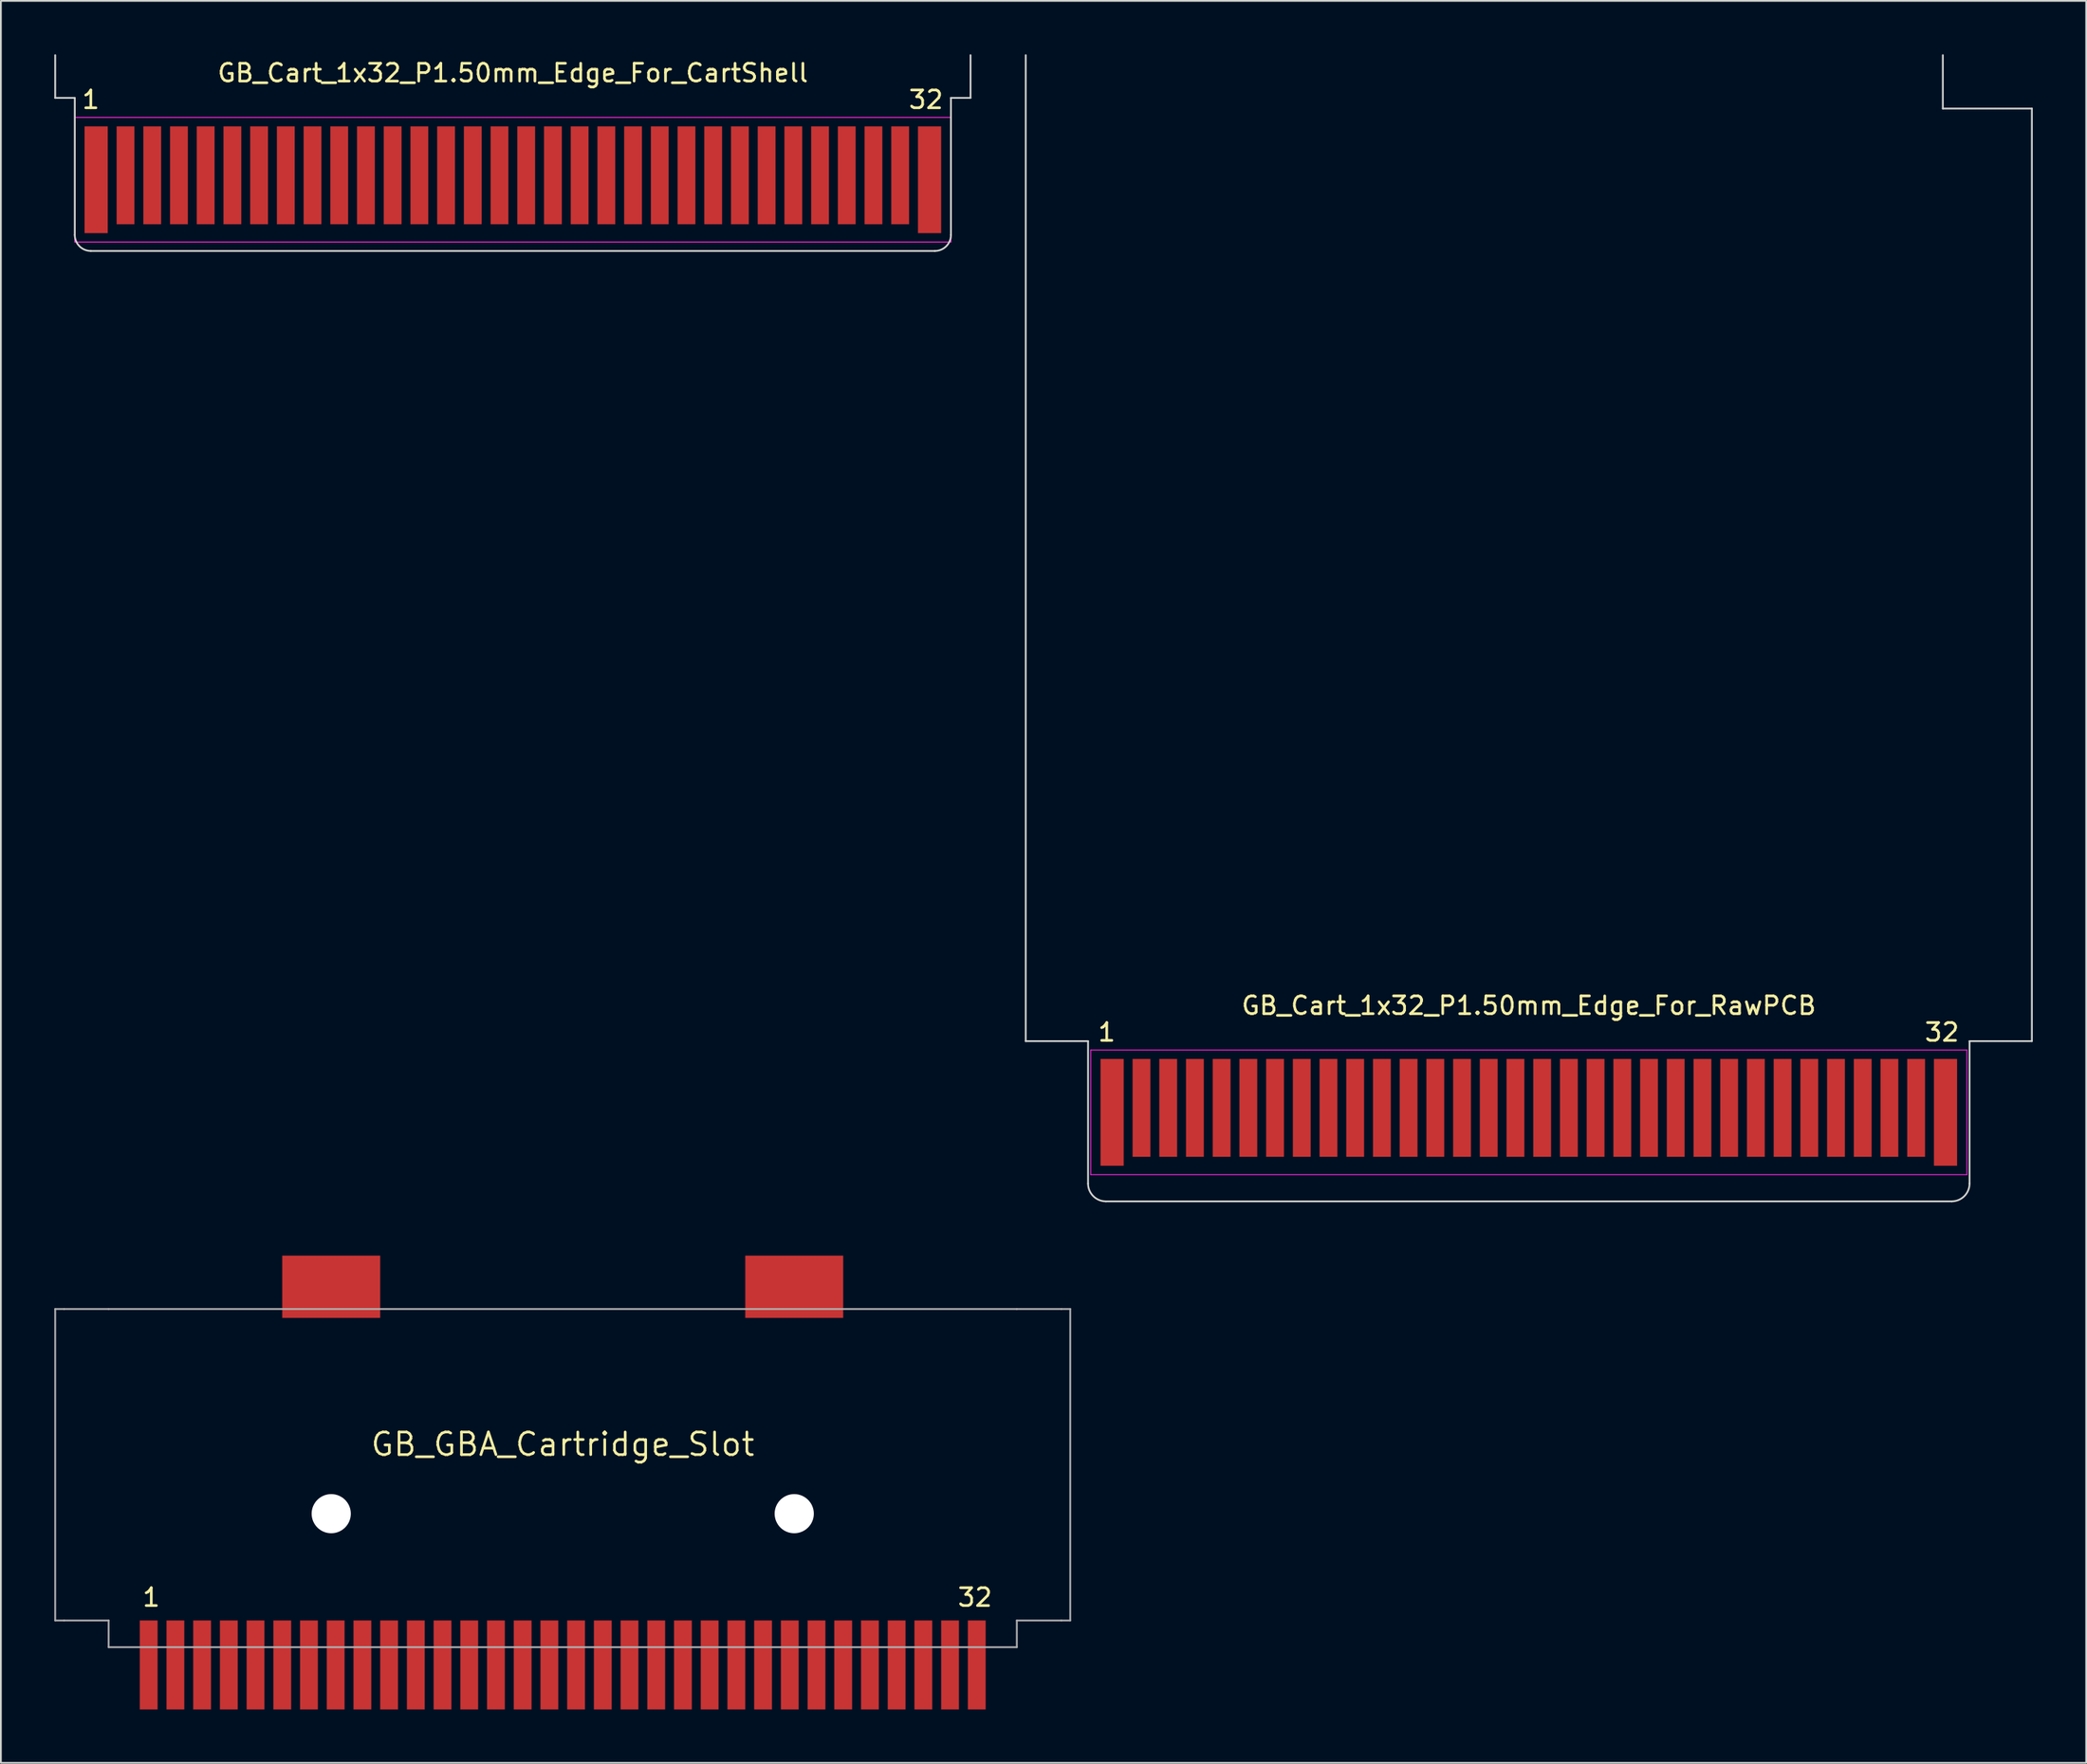
<source format=kicad_pcb>
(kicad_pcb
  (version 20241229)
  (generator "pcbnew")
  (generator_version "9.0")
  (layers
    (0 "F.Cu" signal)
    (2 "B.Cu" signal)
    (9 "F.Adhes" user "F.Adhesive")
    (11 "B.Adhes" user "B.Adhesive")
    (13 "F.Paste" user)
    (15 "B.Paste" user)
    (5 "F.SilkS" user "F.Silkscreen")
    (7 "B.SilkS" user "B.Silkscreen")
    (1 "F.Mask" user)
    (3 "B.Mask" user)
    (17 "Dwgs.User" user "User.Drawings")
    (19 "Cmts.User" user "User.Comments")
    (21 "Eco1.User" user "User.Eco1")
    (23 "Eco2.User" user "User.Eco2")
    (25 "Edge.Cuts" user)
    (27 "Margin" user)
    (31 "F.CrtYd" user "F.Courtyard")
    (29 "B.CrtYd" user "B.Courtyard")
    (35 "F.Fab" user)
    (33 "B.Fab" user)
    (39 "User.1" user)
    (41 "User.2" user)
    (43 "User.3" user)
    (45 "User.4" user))
  (footprint "GB_Cart_1x32_P1.50mm_Edge_For_RawPCB"
    (layer "F.Cu")
    (at 82.8 59.45)
    (property "Reference" "GB_Cart_1x32_P1.50mm_Edge_For_RawPCB" (at 0 -6 0) (layer "F.SilkS") (effects (font (size 1 1) (thickness 0.15))))
    (attr through_hole)
    (fp_line (start -28.25 -4) (end -28.25 -59.4) (stroke (width 0.1) (type solid)) (layer "Edge.Cuts"))
    (fp_line (start -24.75 -4) (end -28.25 -4) (stroke (width 0.1) (type solid)) (layer "Edge.Cuts"))
    (fp_line (start -24.75 4) (end -24.75 -4) (stroke (width 0.1) (type solid)) (layer "Edge.Cuts"))
    (fp_line (start -23.75 5) (end 23.75 5) (stroke (width 0.1) (type solid)) (layer "Edge.Cuts"))
    (fp_line (start 23.25 -56.4) (end 23.25 -59.4) (stroke (width 0.1) (type solid)) (layer "Edge.Cuts"))
    (fp_line (start 23.25 -56.4) (end 28.25 -56.4) (stroke (width 0.1) (type solid)) (layer "Edge.Cuts"))
    (fp_line (start 24.75 -4) (end 28.25 -4) (stroke (width 0.1) (type solid)) (layer "Edge.Cuts"))
    (fp_line (start 24.75 4) (end 24.75 -4) (stroke (width 0.1) (type solid)) (layer "Edge.Cuts"))
    (fp_line (start 28.25 -4) (end 28.25 -56.4) (stroke (width 0.1) (type solid)) (layer "Edge.Cuts"))
    (fp_arc (start -23.75 5) (mid -24.457107 4.707107) (end -24.75 4) (stroke (width 0.1) (type solid)) (layer "Edge.Cuts"))
    (fp_arc (start 24.75 4) (mid 24.457107 4.707107) (end 23.75 5) (stroke (width 0.1) (type solid)) (layer "Edge.Cuts"))
    (fp_line (start -24.6 -3.5) (end 24.6 -3.5) (stroke (width 0.05) (type solid)) (layer "F.CrtYd"))
    (fp_line (start -24.6 3.5) (end -24.6 -3.5) (stroke (width 0.05) (type solid)) (layer "F.CrtYd"))
    (fp_line (start 24.6 -3.5) (end 24.6 3.5) (stroke (width 0.05) (type solid)) (layer "F.CrtYd"))
    (fp_line (start 24.6 3.5) (end -24.6 3.5) (stroke (width 0.05) (type solid)) (layer "F.CrtYd"))
    (fp_text user "32" (at 23.2 -4.5 0) (layer "F.SilkS") (effects (font (size 1 1) (thickness 0.15))))
    (fp_text user "1" (at -23.7 -4.5 0) (layer "F.SilkS") (effects (font (size 1 1) (thickness 0.15))))
    (pad "1" connect rect (at -23.4 0 90) (size 6 1.3) (layers "F.Cu" "F.Mask"))
    (pad "2" connect rect (at -21.75 -0.25 90) (size 5.5 1) (layers "F.Cu" "F.Mask"))
    (pad "3" connect rect (at -20.25 -0.25 90) (size 5.5 1) (layers "F.Cu" "F.Mask"))
    (pad "4" connect rect (at -18.75 -0.25 90) (size 5.5 1) (layers "F.Cu" "F.Mask"))
    (pad "5" connect rect (at -17.25 -0.25 90) (size 5.5 1) (layers "F.Cu" "F.Mask"))
    (pad "6" connect rect (at -15.75 -0.25 90) (size 5.5 1) (layers "F.Cu" "F.Mask"))
    (pad "7" connect rect (at -14.25 -0.25 90) (size 5.5 1) (layers "F.Cu" "F.Mask"))
    (pad "8" connect rect (at -12.75 -0.25 90) (size 5.5 1) (layers "F.Cu" "F.Mask"))
    (pad "9" connect rect (at -11.25 -0.25 90) (size 5.5 1) (layers "F.Cu" "F.Mask"))
    (pad "10" connect rect (at -9.75 -0.25 90) (size 5.5 1) (layers "F.Cu" "F.Mask"))
    (pad "11" connect rect (at -8.25 -0.25 90) (size 5.5 1) (layers "F.Cu" "F.Mask"))
    (pad "12" connect rect (at -6.75 -0.25 90) (size 5.5 1) (layers "F.Cu" "F.Mask"))
    (pad "13" connect rect (at -5.25 -0.25 90) (size 5.5 1) (layers "F.Cu" "F.Mask"))
    (pad "14" connect rect (at -3.75 -0.25 90) (size 5.5 1) (layers "F.Cu" "F.Mask"))
    (pad "15" connect rect (at -2.25 -0.25 90) (size 5.5 1) (layers "F.Cu" "F.Mask"))
    (pad "16" connect rect (at -0.75 -0.25 90) (size 5.5 1) (layers "F.Cu" "F.Mask"))
    (pad "17" connect rect (at 0.75 -0.25 90) (size 5.5 1) (layers "F.Cu" "F.Mask"))
    (pad "18" connect rect (at 2.25 -0.25 90) (size 5.5 1) (layers "F.Cu" "F.Mask"))
    (pad "19" connect rect (at 3.75 -0.25 90) (size 5.5 1) (layers "F.Cu" "F.Mask"))
    (pad "20" connect rect (at 5.25 -0.25 90) (size 5.5 1) (layers "F.Cu" "F.Mask"))
    (pad "21" connect rect (at 6.75 -0.25 90) (size 5.5 1) (layers "F.Cu" "F.Mask"))
    (pad "22" connect rect (at 8.25 -0.25 90) (size 5.5 1) (layers "F.Cu" "F.Mask"))
    (pad "23" connect rect (at 9.75 -0.25 90) (size 5.5 1) (layers "F.Cu" "F.Mask"))
    (pad "24" connect rect (at 11.25 -0.25 90) (size 5.5 1) (layers "F.Cu" "F.Mask"))
    (pad "25" connect rect (at 12.75 -0.25 90) (size 5.5 1) (layers "F.Cu" "F.Mask"))
    (pad "26" connect rect (at 14.25 -0.25 90) (size 5.5 1) (layers "F.Cu" "F.Mask"))
    (pad "27" connect rect (at 15.75 -0.25 90) (size 5.5 1) (layers "F.Cu" "F.Mask"))
    (pad "28" connect rect (at 17.25 -0.25 90) (size 5.5 1) (layers "F.Cu" "F.Mask"))
    (pad "29" connect rect (at 18.75 -0.25 90) (size 5.5 1) (layers "F.Cu" "F.Mask"))
    (pad "30" connect rect (at 20.25 -0.25 90) (size 5.5 1) (layers "F.Cu" "F.Mask"))
    (pad "31" connect rect (at 21.75 -0.25 90) (size 5.5 1) (layers "F.Cu" "F.Mask"))
    (pad "32" connect rect (at 23.4 0 90) (size 6 1.3) (layers "F.Cu" "F.Mask")))
  (footprint "GB_GBA_Cartridge_Slot"
    (layer "F.Cu")
    (at 28.55 80.25)
    (property "Reference" "GB_GBA_Cartridge_Slot" (at 0 -2.15 0) (layer "F.SilkS") (effects (font (size 1.27 1.27) (thickness 0.15))))
    (attr through_hole)
    (fp_line (start -28.5 -9.75) (end -28.5 7.75) (stroke (width 0.1) (type solid)) (layer "F.Fab"))
    (fp_line (start -28.5 7.75) (end -28 7.75) (stroke (width 0.1) (type solid)) (layer "F.Fab"))
    (fp_line (start -28 -9.75) (end -28.5 -9.75) (stroke (width 0.1) (type solid)) (layer "F.Fab"))
    (fp_line (start -28 -9.75) (end -25.5 -9.75) (stroke (width 0.1) (type solid)) (layer "F.Fab"))
    (fp_line (start -25.5 -9.75) (end 25.5 -9.75) (stroke (width 0.1) (type solid)) (layer "F.Fab"))
    (fp_line (start -25.5 7.75) (end -28 7.75) (stroke (width 0.1) (type solid)) (layer "F.Fab"))
    (fp_line (start -25.5 7.75) (end -25.5 9.25) (stroke (width 0.1) (type solid)) (layer "F.Fab"))
    (fp_line (start -25.5 9.25) (end 25.5 9.25) (stroke (width 0.1) (type solid)) (layer "F.Fab"))
    (fp_line (start 25.5 7.75) (end 28 7.75) (stroke (width 0.1) (type solid)) (layer "F.Fab"))
    (fp_line (start 25.5 9.25) (end 25.5 7.75) (stroke (width 0.1) (type solid)) (layer "F.Fab"))
    (fp_line (start 28 -9.75) (end 25.5 -9.75) (stroke (width 0.1) (type solid)) (layer "F.Fab"))
    (fp_line (start 28 -9.75) (end 28.5 -9.75) (stroke (width 0.1) (type solid)) (layer "F.Fab"))
    (fp_line (start 28 7.75) (end 28.5 7.75) (stroke (width 0.1) (type solid)) (layer "F.Fab"))
    (fp_line (start 28.5 -9.75) (end 28.5 7.75) (stroke (width 0.1) (type solid)) (layer "F.Fab"))
    (fp_text user "1" (at -23.68 7.04 0) (layer "F.SilkS") (effects (font (size 1 1) (thickness 0.15)) (justify left bottom)))
    (fp_text user "32" (at 22.1 7.04 0) (layer "F.SilkS") (effects (font (size 1 1) (thickness 0.15)) (justify left bottom)))
    (pad "" np_thru_hole circle (at -13 1.75 90) (size 2.2 2.2) (drill 2.2) (layers "*.Cu" "*.Mask"))
    (pad "" np_thru_hole circle (at 13 1.75 90) (size 2.2 2.2) (drill 2.2) (layers "*.Cu" "*.Mask"))
    (pad "1" smd rect (at -23.25 10.25 270) (size 5 1) (layers "F.Cu" "F.Mask" "F.Paste"))
    (pad "2" smd rect (at -21.75 10.25 270) (size 5 1) (layers "F.Cu" "F.Mask" "F.Paste"))
    (pad "3" smd rect (at -20.25 10.25 270) (size 5 1) (layers "F.Cu" "F.Mask" "F.Paste"))
    (pad "4" smd rect (at -18.75 10.25 270) (size 5 1) (layers "F.Cu" "F.Mask" "F.Paste"))
    (pad "5" smd rect (at -17.25 10.25 270) (size 5 1) (layers "F.Cu" "F.Mask" "F.Paste"))
    (pad "6" smd rect (at -15.75 10.25 270) (size 5 1) (layers "F.Cu" "F.Mask" "F.Paste"))
    (pad "7" smd rect (at -14.25 10.25 270) (size 5 1) (layers "F.Cu" "F.Mask" "F.Paste"))
    (pad "8" smd rect (at -12.75 10.25 270) (size 5 1) (layers "F.Cu" "F.Mask" "F.Paste"))
    (pad "9" smd rect (at -11.25 10.25 270) (size 5 1) (layers "F.Cu" "F.Mask" "F.Paste"))
    (pad "10" smd rect (at -9.75 10.25 270) (size 5 1) (layers "F.Cu" "F.Mask" "F.Paste"))
    (pad "11" smd rect (at -8.25 10.25 270) (size 5 1) (layers "F.Cu" "F.Mask" "F.Paste"))
    (pad "12" smd rect (at -6.75 10.25 270) (size 5 1) (layers "F.Cu" "F.Mask" "F.Paste"))
    (pad "13" smd rect (at -5.25 10.25 270) (size 5 1) (layers "F.Cu" "F.Mask" "F.Paste"))
    (pad "14" smd rect (at -3.75 10.25 270) (size 5 1) (layers "F.Cu" "F.Mask" "F.Paste"))
    (pad "15" smd rect (at -2.25 10.25 270) (size 5 1) (layers "F.Cu" "F.Mask" "F.Paste"))
    (pad "16" smd rect (at -0.75 10.25 270) (size 5 1) (layers "F.Cu" "F.Mask" "F.Paste"))
    (pad "17" smd rect (at 0.75 10.25 270) (size 5 1) (layers "F.Cu" "F.Mask" "F.Paste"))
    (pad "18" smd rect (at 2.25 10.25 270) (size 5 1) (layers "F.Cu" "F.Mask" "F.Paste"))
    (pad "19" smd rect (at 3.75 10.25 270) (size 5 1) (layers "F.Cu" "F.Mask" "F.Paste"))
    (pad "20" smd rect (at 5.25 10.25 270) (size 5 1) (layers "F.Cu" "F.Mask" "F.Paste"))
    (pad "21" smd rect (at 6.75 10.25 270) (size 5 1) (layers "F.Cu" "F.Mask" "F.Paste"))
    (pad "22" smd rect (at 8.25 10.25 270) (size 5 1) (layers "F.Cu" "F.Mask" "F.Paste"))
    (pad "23" smd rect (at 9.75 10.25 270) (size 5 1) (layers "F.Cu" "F.Mask" "F.Paste"))
    (pad "24" smd rect (at 11.25 10.25 270) (size 5 1) (layers "F.Cu" "F.Mask" "F.Paste"))
    (pad "25" smd rect (at 12.75 10.25 270) (size 5 1) (layers "F.Cu" "F.Mask" "F.Paste"))
    (pad "26" smd rect (at 14.25 10.25 270) (size 5 1) (layers "F.Cu" "F.Mask" "F.Paste"))
    (pad "27" smd rect (at 15.75 10.25 270) (size 5 1) (layers "F.Cu" "F.Mask" "F.Paste"))
    (pad "28" smd rect (at 17.25 10.25 270) (size 5 1) (layers "F.Cu" "F.Mask" "F.Paste"))
    (pad "29" smd rect (at 18.75 10.25 270) (size 5 1) (layers "F.Cu" "F.Mask" "F.Paste"))
    (pad "30" smd rect (at 20.25 10.25 270) (size 5 1) (layers "F.Cu" "F.Mask" "F.Paste"))
    (pad "31" smd rect (at 21.75 10.25 270) (size 5 1) (layers "F.Cu" "F.Mask" "F.Paste"))
    (pad "32" smd rect (at 23.25 10.25 270) (size 5 1) (layers "F.Cu" "F.Mask" "F.Paste"))
    (pad "SHIELD_3" smd rect (at -13 -11) (size 5.5 3.5) (layers "F.Cu" "F.Mask" "F.Paste"))
    (pad "SHIELD_4" smd rect (at 13 -11) (size 5.5 3.5) (layers "F.Cu" "F.Mask" "F.Paste")))
  (footprint "GB_Cart_1x32_P1.50mm_Edge_For_CartShell"
    (layer "F.Cu")
    (at 25.75 7.05)
    (property "Reference" "GB_Cart_1x32_P1.50mm_Edge_For_CartShell" (at 0 -6 0) (layer "F.SilkS") (effects (font (size 1 1) (thickness 0.15))))
    (attr through_hole)
    (fp_line (start -25.7 -4.6) (end -25.7 -7) (stroke (width 0.1) (type solid)) (layer "Edge.Cuts"))
    (fp_line (start -24.6 -4.6) (end -25.7 -4.6) (stroke (width 0.1) (type solid)) (layer "Edge.Cuts"))
    (fp_line (start -24.6 3.1) (end -24.6 -4.6) (stroke (width 0.1) (type solid)) (layer "Edge.Cuts"))
    (fp_line (start -23.7 4) (end 23.7 4) (stroke (width 0.1) (type solid)) (layer "Edge.Cuts"))
    (fp_line (start 24.6 -4.6) (end 25.7 -4.6) (stroke (width 0.1) (type solid)) (layer "Edge.Cuts"))
    (fp_line (start 24.6 3.1) (end 24.6 -4.6) (stroke (width 0.1) (type solid)) (layer "Edge.Cuts"))
    (fp_line (start 25.7 -4.6) (end 25.7 -7) (stroke (width 0.1) (type solid)) (layer "Edge.Cuts"))
    (fp_arc (start -23.7 4) (mid -24.336396 3.736396) (end -24.6 3.1) (stroke (width 0.1) (type solid)) (layer "Edge.Cuts"))
    (fp_arc (start 24.6 3.1) (mid 24.336396 3.736396) (end 23.7 4) (stroke (width 0.1) (type solid)) (layer "Edge.Cuts"))
    (fp_line (start -24.6 -3.5) (end 24.6 -3.5) (stroke (width 0.05) (type solid)) (layer "F.CrtYd"))
    (fp_line (start -24.6 3.5) (end -24.6 -3.5) (stroke (width 0.05) (type solid)) (layer "F.CrtYd"))
    (fp_line (start 24.6 -3.5) (end 24.6 3.5) (stroke (width 0.05) (type solid)) (layer "F.CrtYd"))
    (fp_line (start 24.6 3.5) (end -24.6 3.5) (stroke (width 0.05) (type solid)) (layer "F.CrtYd"))
    (fp_text user "32" (at 23.2 -4.5 0) (layer "F.SilkS") (effects (font (size 1 1) (thickness 0.15))))
    (fp_text user "1" (at -23.7 -4.5 0) (layer "F.SilkS") (effects (font (size 1 1) (thickness 0.15))))
    (pad "1" connect rect (at -23.4 0 90) (size 6 1.3) (layers "F.Cu" "F.Mask"))
    (pad "2" connect rect (at -21.75 -0.25 90) (size 5.5 1) (layers "F.Cu" "F.Mask"))
    (pad "3" connect rect (at -20.25 -0.25 90) (size 5.5 1) (layers "F.Cu" "F.Mask"))
    (pad "4" connect rect (at -18.75 -0.25 90) (size 5.5 1) (layers "F.Cu" "F.Mask"))
    (pad "5" connect rect (at -17.25 -0.25 90) (size 5.5 1) (layers "F.Cu" "F.Mask"))
    (pad "6" connect rect (at -15.75 -0.25 90) (size 5.5 1) (layers "F.Cu" "F.Mask"))
    (pad "7" connect rect (at -14.25 -0.25 90) (size 5.5 1) (layers "F.Cu" "F.Mask"))
    (pad "8" connect rect (at -12.75 -0.25 90) (size 5.5 1) (layers "F.Cu" "F.Mask"))
    (pad "9" connect rect (at -11.25 -0.25 90) (size 5.5 1) (layers "F.Cu" "F.Mask"))
    (pad "10" connect rect (at -9.75 -0.25 90) (size 5.5 1) (layers "F.Cu" "F.Mask"))
    (pad "11" connect rect (at -8.25 -0.25 90) (size 5.5 1) (layers "F.Cu" "F.Mask"))
    (pad "12" connect rect (at -6.75 -0.25 90) (size 5.5 1) (layers "F.Cu" "F.Mask"))
    (pad "13" connect rect (at -5.25 -0.25 90) (size 5.5 1) (layers "F.Cu" "F.Mask"))
    (pad "14" connect rect (at -3.75 -0.25 90) (size 5.5 1) (layers "F.Cu" "F.Mask"))
    (pad "15" connect rect (at -2.25 -0.25 90) (size 5.5 1) (layers "F.Cu" "F.Mask"))
    (pad "16" connect rect (at -0.75 -0.25 90) (size 5.5 1) (layers "F.Cu" "F.Mask"))
    (pad "17" connect rect (at 0.75 -0.25 90) (size 5.5 1) (layers "F.Cu" "F.Mask"))
    (pad "18" connect rect (at 2.25 -0.25 90) (size 5.5 1) (layers "F.Cu" "F.Mask"))
    (pad "19" connect rect (at 3.75 -0.25 90) (size 5.5 1) (layers "F.Cu" "F.Mask"))
    (pad "20" connect rect (at 5.25 -0.25 90) (size 5.5 1) (layers "F.Cu" "F.Mask"))
    (pad "21" connect rect (at 6.75 -0.25 90) (size 5.5 1) (layers "F.Cu" "F.Mask"))
    (pad "22" connect rect (at 8.25 -0.25 90) (size 5.5 1) (layers "F.Cu" "F.Mask"))
    (pad "23" connect rect (at 9.75 -0.25 90) (size 5.5 1) (layers "F.Cu" "F.Mask"))
    (pad "24" connect rect (at 11.25 -0.25 90) (size 5.5 1) (layers "F.Cu" "F.Mask"))
    (pad "25" connect rect (at 12.75 -0.25 90) (size 5.5 1) (layers "F.Cu" "F.Mask"))
    (pad "26" connect rect (at 14.25 -0.25 90) (size 5.5 1) (layers "F.Cu" "F.Mask"))
    (pad "27" connect rect (at 15.75 -0.25 90) (size 5.5 1) (layers "F.Cu" "F.Mask"))
    (pad "28" connect rect (at 17.25 -0.25 90) (size 5.5 1) (layers "F.Cu" "F.Mask"))
    (pad "29" connect rect (at 18.75 -0.25 90) (size 5.5 1) (layers "F.Cu" "F.Mask"))
    (pad "30" connect rect (at 20.25 -0.25 90) (size 5.5 1) (layers "F.Cu" "F.Mask"))
    (pad "31" connect rect (at 21.75 -0.25 90) (size 5.5 1) (layers "F.Cu" "F.Mask"))
    (pad "32" connect rect (at 23.4 0 90) (size 6 1.3) (layers "F.Cu" "F.Mask")))
  (gr_rect
    (start -3 -3)
    (end 114.1 96)
    (stroke (width 0.1) (type default))
    (fill no)
    (layer "Edge.Cuts")))
</source>
